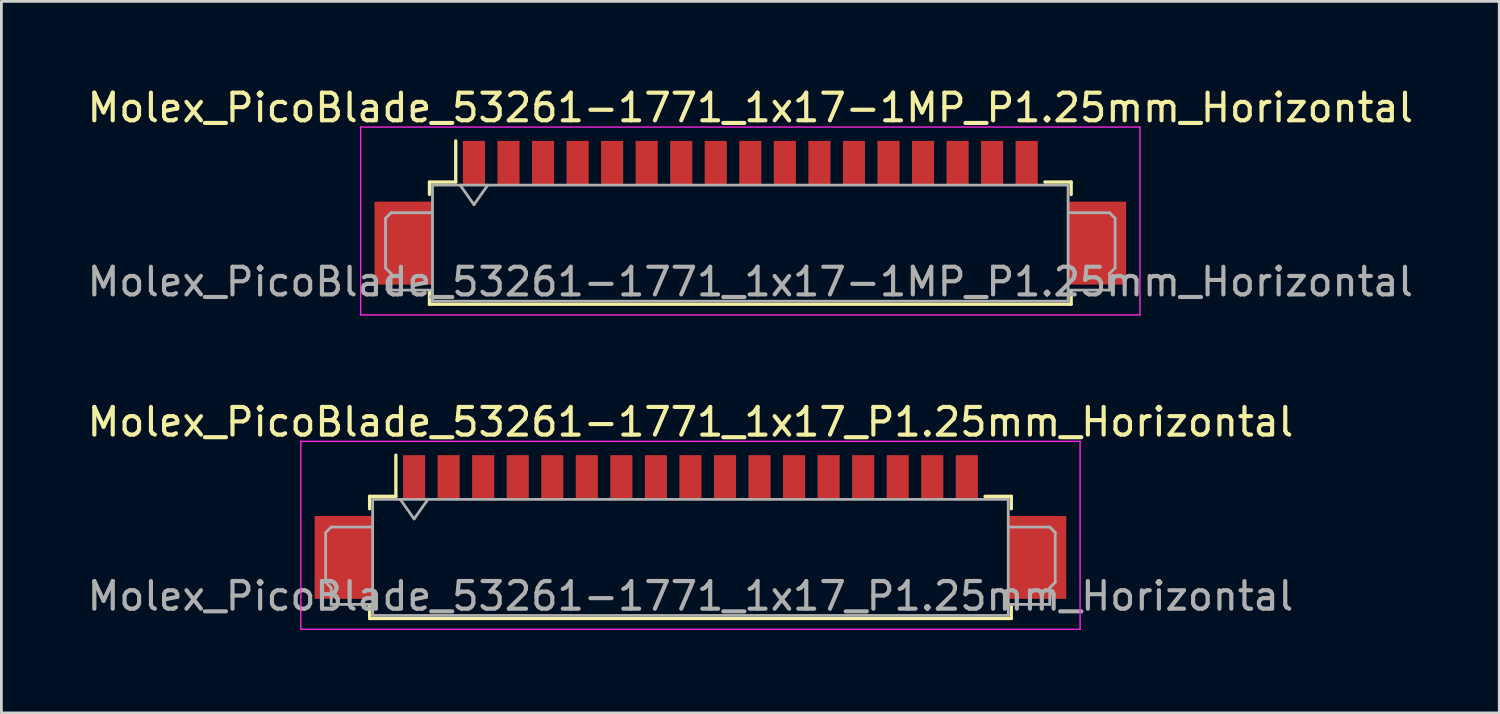
<source format=kicad_pcb>
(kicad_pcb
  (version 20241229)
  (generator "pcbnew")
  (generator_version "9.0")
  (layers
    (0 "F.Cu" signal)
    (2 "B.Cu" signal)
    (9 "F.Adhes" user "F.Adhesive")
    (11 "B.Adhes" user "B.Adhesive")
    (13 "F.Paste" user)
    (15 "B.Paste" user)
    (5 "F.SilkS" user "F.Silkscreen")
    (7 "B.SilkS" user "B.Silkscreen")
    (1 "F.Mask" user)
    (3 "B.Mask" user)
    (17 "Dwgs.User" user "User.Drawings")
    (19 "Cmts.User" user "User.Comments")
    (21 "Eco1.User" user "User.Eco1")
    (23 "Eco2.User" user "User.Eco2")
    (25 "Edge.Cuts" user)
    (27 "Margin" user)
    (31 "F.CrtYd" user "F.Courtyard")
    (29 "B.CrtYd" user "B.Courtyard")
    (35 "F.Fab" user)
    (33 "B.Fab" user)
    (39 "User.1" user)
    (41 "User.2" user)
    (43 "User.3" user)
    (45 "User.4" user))
  (footprint "Molex_PicoBlade_53261-1771_1x17-1MP_P1.25mm_Horizontal"
    (layer "F.Cu")
    (at 24.101 5.248)
    (property "Reference" "Molex_PicoBlade_53261-1771_1x17-1MP_P1.25mm_Horizontal" (at 0 -4.4 0) (layer "F.SilkS") (effects (font (size 1 1) (thickness 0.15))))
    (attr smd)
    (fp_line (start -11.61 -1.71) (end -10.66 -1.71) (stroke (width 0.12) (type solid)) (layer "F.SilkS"))
    (fp_line (start -11.61 -1.26) (end -11.61 -1.71) (stroke (width 0.12) (type solid)) (layer "F.SilkS"))
    (fp_line (start -11.61 2.26) (end -11.61 2.71) (stroke (width 0.12) (type solid)) (layer "F.SilkS"))
    (fp_line (start -11.61 2.71) (end 11.61 2.71) (stroke (width 0.12) (type solid)) (layer "F.SilkS"))
    (fp_line (start -10.66 -1.71) (end -10.66 -3.2) (stroke (width 0.12) (type solid)) (layer "F.SilkS"))
    (fp_line (start 11.61 -1.71) (end 10.66 -1.71) (stroke (width 0.12) (type solid)) (layer "F.SilkS"))
    (fp_line (start 11.61 -1.26) (end 11.61 -1.71) (stroke (width 0.12) (type solid)) (layer "F.SilkS"))
    (fp_line (start 11.61 2.71) (end 11.61 2.26) (stroke (width 0.12) (type solid)) (layer "F.SilkS"))
    (fp_line (start -14.1 -3.7) (end -14.1 3.1) (stroke (width 0.05) (type solid)) (layer "F.CrtYd"))
    (fp_line (start -14.1 3.1) (end 14.1 3.1) (stroke (width 0.05) (type solid)) (layer "F.CrtYd"))
    (fp_line (start 14.1 -3.7) (end -14.1 -3.7) (stroke (width 0.05) (type solid)) (layer "F.CrtYd"))
    (fp_line (start 14.1 3.1) (end 14.1 -3.7) (stroke (width 0.05) (type solid)) (layer "F.CrtYd"))
    (fp_line (start -13.2 -0.4) (end -13.2 1.4) (stroke (width 0.1) (type solid)) (layer "F.Fab"))
    (fp_line (start -13.2 1.4) (end -13 1.6) (stroke (width 0.1) (type solid)) (layer "F.Fab"))
    (fp_line (start -13 -0.6) (end -13.2 -0.4) (stroke (width 0.1) (type solid)) (layer "F.Fab"))
    (fp_line (start -13 1.6) (end -13 2.2) (stroke (width 0.1) (type solid)) (layer "F.Fab"))
    (fp_line (start -13 2.2) (end -11.5 2.2) (stroke (width 0.1) (type solid)) (layer "F.Fab"))
    (fp_line (start -11.5 -1.6) (end -11.5 2.6) (stroke (width 0.1) (type solid)) (layer "F.Fab"))
    (fp_line (start -11.5 -1.6) (end 11.5 -1.6) (stroke (width 0.1) (type solid)) (layer "F.Fab"))
    (fp_line (start -11.5 -0.6) (end -13 -0.6) (stroke (width 0.1) (type solid)) (layer "F.Fab"))
    (fp_line (start -11.5 2.6) (end 11.5 2.6) (stroke (width 0.1) (type solid)) (layer "F.Fab"))
    (fp_line (start -10.5 -1.6) (end -10 -0.893) (stroke (width 0.1) (type solid)) (layer "F.Fab"))
    (fp_line (start -10 -0.893) (end -9.5 -1.6) (stroke (width 0.1) (type solid)) (layer "F.Fab"))
    (fp_line (start 11.5 -1.6) (end 11.5 2.6) (stroke (width 0.1) (type solid)) (layer "F.Fab"))
    (fp_line (start 11.5 -0.6) (end 13 -0.6) (stroke (width 0.1) (type solid)) (layer "F.Fab"))
    (fp_line (start 13 -0.6) (end 13.2 -0.4) (stroke (width 0.1) (type solid)) (layer "F.Fab"))
    (fp_line (start 13 1.6) (end 13 2.2) (stroke (width 0.1) (type solid)) (layer "F.Fab"))
    (fp_line (start 13 2.2) (end 11.5 2.2) (stroke (width 0.1) (type solid)) (layer "F.Fab"))
    (fp_line (start 13.2 -0.4) (end 13.2 1.4) (stroke (width 0.1) (type solid)) (layer "F.Fab"))
    (fp_line (start 13.2 1.4) (end 13 1.6) (stroke (width 0.1) (type solid)) (layer "F.Fab"))
    (fp_text user "${REFERENCE}" (at 0 1.9 0) (layer "F.Fab") (effects (font (size 1 1) (thickness 0.15))))
    (pad "1" smd rect (at -10 -2.4) (size 0.8 1.6) (layers "F.Cu" "F.Mask" "F.Paste"))
    (pad "2" smd rect (at -8.75 -2.4) (size 0.8 1.6) (layers "F.Cu" "F.Mask" "F.Paste"))
    (pad "3" smd rect (at -7.5 -2.4) (size 0.8 1.6) (layers "F.Cu" "F.Mask" "F.Paste"))
    (pad "4" smd rect (at -6.25 -2.4) (size 0.8 1.6) (layers "F.Cu" "F.Mask" "F.Paste"))
    (pad "5" smd rect (at -5 -2.4) (size 0.8 1.6) (layers "F.Cu" "F.Mask" "F.Paste"))
    (pad "6" smd rect (at -3.75 -2.4) (size 0.8 1.6) (layers "F.Cu" "F.Mask" "F.Paste"))
    (pad "7" smd rect (at -2.5 -2.4) (size 0.8 1.6) (layers "F.Cu" "F.Mask" "F.Paste"))
    (pad "8" smd rect (at -1.25 -2.4) (size 0.8 1.6) (layers "F.Cu" "F.Mask" "F.Paste"))
    (pad "9" smd rect (at 0 -2.4) (size 0.8 1.6) (layers "F.Cu" "F.Mask" "F.Paste"))
    (pad "10" smd rect (at 1.25 -2.4) (size 0.8 1.6) (layers "F.Cu" "F.Mask" "F.Paste"))
    (pad "11" smd rect (at 2.5 -2.4) (size 0.8 1.6) (layers "F.Cu" "F.Mask" "F.Paste"))
    (pad "12" smd rect (at 3.75 -2.4) (size 0.8 1.6) (layers "F.Cu" "F.Mask" "F.Paste"))
    (pad "13" smd rect (at 5 -2.4) (size 0.8 1.6) (layers "F.Cu" "F.Mask" "F.Paste"))
    (pad "14" smd rect (at 6.25 -2.4) (size 0.8 1.6) (layers "F.Cu" "F.Mask" "F.Paste"))
    (pad "15" smd rect (at 7.5 -2.4) (size 0.8 1.6) (layers "F.Cu" "F.Mask" "F.Paste"))
    (pad "16" smd rect (at 8.75 -2.4) (size 0.8 1.6) (layers "F.Cu" "F.Mask" "F.Paste"))
    (pad "17" smd rect (at 10 -2.4) (size 0.8 1.6) (layers "F.Cu" "F.Mask" "F.Paste"))
    (pad "MP" smd rect (at -12.55 0.5) (size 2.1 3) (layers "F.Cu" "F.Mask" "F.Paste"))
    (pad "MP" smd rect (at 12.55 0.5) (size 2.1 3) (layers "F.Cu" "F.Mask" "F.Paste")))
  (footprint "Molex_PicoBlade_53261-1771_1x17_P1.25mm_Horizontal"
    (layer "F.Cu")
    (at 21.935 16.021)
    (property "Reference" "Molex_PicoBlade_53261-1771_1x17_P1.25mm_Horizontal" (at 0 -3.8 0) (layer "F.SilkS") (effects (font (size 1 1) (thickness 0.15))))
    (attr smd)
    (fp_line (start -11.61 -1.11) (end -10.66 -1.11) (stroke (width 0.12) (type solid)) (layer "F.SilkS"))
    (fp_line (start -11.61 -0.66) (end -11.61 -1.11) (stroke (width 0.12) (type solid)) (layer "F.SilkS"))
    (fp_line (start -11.61 2.86) (end -11.61 3.31) (stroke (width 0.12) (type solid)) (layer "F.SilkS"))
    (fp_line (start -11.61 3.31) (end 11.61 3.31) (stroke (width 0.12) (type solid)) (layer "F.SilkS"))
    (fp_line (start -10.66 -1.11) (end -10.66 -2.6) (stroke (width 0.12) (type solid)) (layer "F.SilkS"))
    (fp_line (start 11.61 -1.11) (end 10.66 -1.11) (stroke (width 0.12) (type solid)) (layer "F.SilkS"))
    (fp_line (start 11.61 -0.66) (end 11.61 -1.11) (stroke (width 0.12) (type solid)) (layer "F.SilkS"))
    (fp_line (start 11.61 3.31) (end 11.61 2.86) (stroke (width 0.12) (type solid)) (layer "F.SilkS"))
    (fp_line (start -14.1 -3.1) (end -14.1 3.7) (stroke (width 0.05) (type solid)) (layer "F.CrtYd"))
    (fp_line (start -14.1 3.7) (end 14.1 3.7) (stroke (width 0.05) (type solid)) (layer "F.CrtYd"))
    (fp_line (start 14.1 -3.1) (end -14.1 -3.1) (stroke (width 0.05) (type solid)) (layer "F.CrtYd"))
    (fp_line (start 14.1 3.7) (end 14.1 -3.1) (stroke (width 0.05) (type solid)) (layer "F.CrtYd"))
    (fp_line (start -13.2 0.2) (end -13.2 2) (stroke (width 0.1) (type solid)) (layer "F.Fab"))
    (fp_line (start -13.2 2) (end -13 2.2) (stroke (width 0.1) (type solid)) (layer "F.Fab"))
    (fp_line (start -13 0) (end -13.2 0.2) (stroke (width 0.1) (type solid)) (layer "F.Fab"))
    (fp_line (start -13 2.2) (end -13 2.8) (stroke (width 0.1) (type solid)) (layer "F.Fab"))
    (fp_line (start -13 2.8) (end -11.5 2.8) (stroke (width 0.1) (type solid)) (layer "F.Fab"))
    (fp_line (start -11.5 -1) (end -11.5 3.2) (stroke (width 0.1) (type solid)) (layer "F.Fab"))
    (fp_line (start -11.5 -1) (end 11.5 -1) (stroke (width 0.1) (type solid)) (layer "F.Fab"))
    (fp_line (start -11.5 0) (end -13 0) (stroke (width 0.1) (type solid)) (layer "F.Fab"))
    (fp_line (start -11.5 3.2) (end 11.5 3.2) (stroke (width 0.1) (type solid)) (layer "F.Fab"))
    (fp_line (start -10.5 -1) (end -10 -0.293) (stroke (width 0.1) (type solid)) (layer "F.Fab"))
    (fp_line (start -10 -0.293) (end -9.5 -1) (stroke (width 0.1) (type solid)) (layer "F.Fab"))
    (fp_line (start 11.5 -1) (end 11.5 3.2) (stroke (width 0.1) (type solid)) (layer "F.Fab"))
    (fp_line (start 11.5 0) (end 13 0) (stroke (width 0.1) (type solid)) (layer "F.Fab"))
    (fp_line (start 13 0) (end 13.2 0.2) (stroke (width 0.1) (type solid)) (layer "F.Fab"))
    (fp_line (start 13 2.2) (end 13 2.8) (stroke (width 0.1) (type solid)) (layer "F.Fab"))
    (fp_line (start 13 2.8) (end 11.5 2.8) (stroke (width 0.1) (type solid)) (layer "F.Fab"))
    (fp_line (start 13.2 0.2) (end 13.2 2) (stroke (width 0.1) (type solid)) (layer "F.Fab"))
    (fp_line (start 13.2 2) (end 13 2.2) (stroke (width 0.1) (type solid)) (layer "F.Fab"))
    (fp_text user "${REFERENCE}" (at 0 2.5 0) (layer "F.Fab") (effects (font (size 1 1) (thickness 0.15))))
    (pad "" smd rect (at -12.55 1.1) (size 2.1 3) (layers "F.Cu" "F.Mask" "F.Paste"))
    (pad "" smd rect (at 12.55 1.1) (size 2.1 3) (layers "F.Cu" "F.Mask" "F.Paste"))
    (pad "1" smd rect (at -10 -1.8) (size 0.8 1.6) (layers "F.Cu" "F.Mask" "F.Paste"))
    (pad "2" smd rect (at -8.75 -1.8) (size 0.8 1.6) (layers "F.Cu" "F.Mask" "F.Paste"))
    (pad "3" smd rect (at -7.5 -1.8) (size 0.8 1.6) (layers "F.Cu" "F.Mask" "F.Paste"))
    (pad "4" smd rect (at -6.25 -1.8) (size 0.8 1.6) (layers "F.Cu" "F.Mask" "F.Paste"))
    (pad "5" smd rect (at -5 -1.8) (size 0.8 1.6) (layers "F.Cu" "F.Mask" "F.Paste"))
    (pad "6" smd rect (at -3.75 -1.8) (size 0.8 1.6) (layers "F.Cu" "F.Mask" "F.Paste"))
    (pad "7" smd rect (at -2.5 -1.8) (size 0.8 1.6) (layers "F.Cu" "F.Mask" "F.Paste"))
    (pad "8" smd rect (at -1.25 -1.8) (size 0.8 1.6) (layers "F.Cu" "F.Mask" "F.Paste"))
    (pad "9" smd rect (at 0 -1.8) (size 0.8 1.6) (layers "F.Cu" "F.Mask" "F.Paste"))
    (pad "10" smd rect (at 1.25 -1.8) (size 0.8 1.6) (layers "F.Cu" "F.Mask" "F.Paste"))
    (pad "11" smd rect (at 2.5 -1.8) (size 0.8 1.6) (layers "F.Cu" "F.Mask" "F.Paste"))
    (pad "12" smd rect (at 3.75 -1.8) (size 0.8 1.6) (layers "F.Cu" "F.Mask" "F.Paste"))
    (pad "13" smd rect (at 5 -1.8) (size 0.8 1.6) (layers "F.Cu" "F.Mask" "F.Paste"))
    (pad "14" smd rect (at 6.25 -1.8) (size 0.8 1.6) (layers "F.Cu" "F.Mask" "F.Paste"))
    (pad "15" smd rect (at 7.5 -1.8) (size 0.8 1.6) (layers "F.Cu" "F.Mask" "F.Paste"))
    (pad "16" smd rect (at 8.75 -1.8) (size 0.8 1.6) (layers "F.Cu" "F.Mask" "F.Paste"))
    (pad "17" smd rect (at 10 -1.8) (size 0.8 1.6) (layers "F.Cu" "F.Mask" "F.Paste")))
  (gr_rect
    (start -3 -3)
    (end 51.202 22.747)
    (stroke (width 0.1) (type default))
    (fill no)
    (layer "Edge.Cuts")))
</source>
